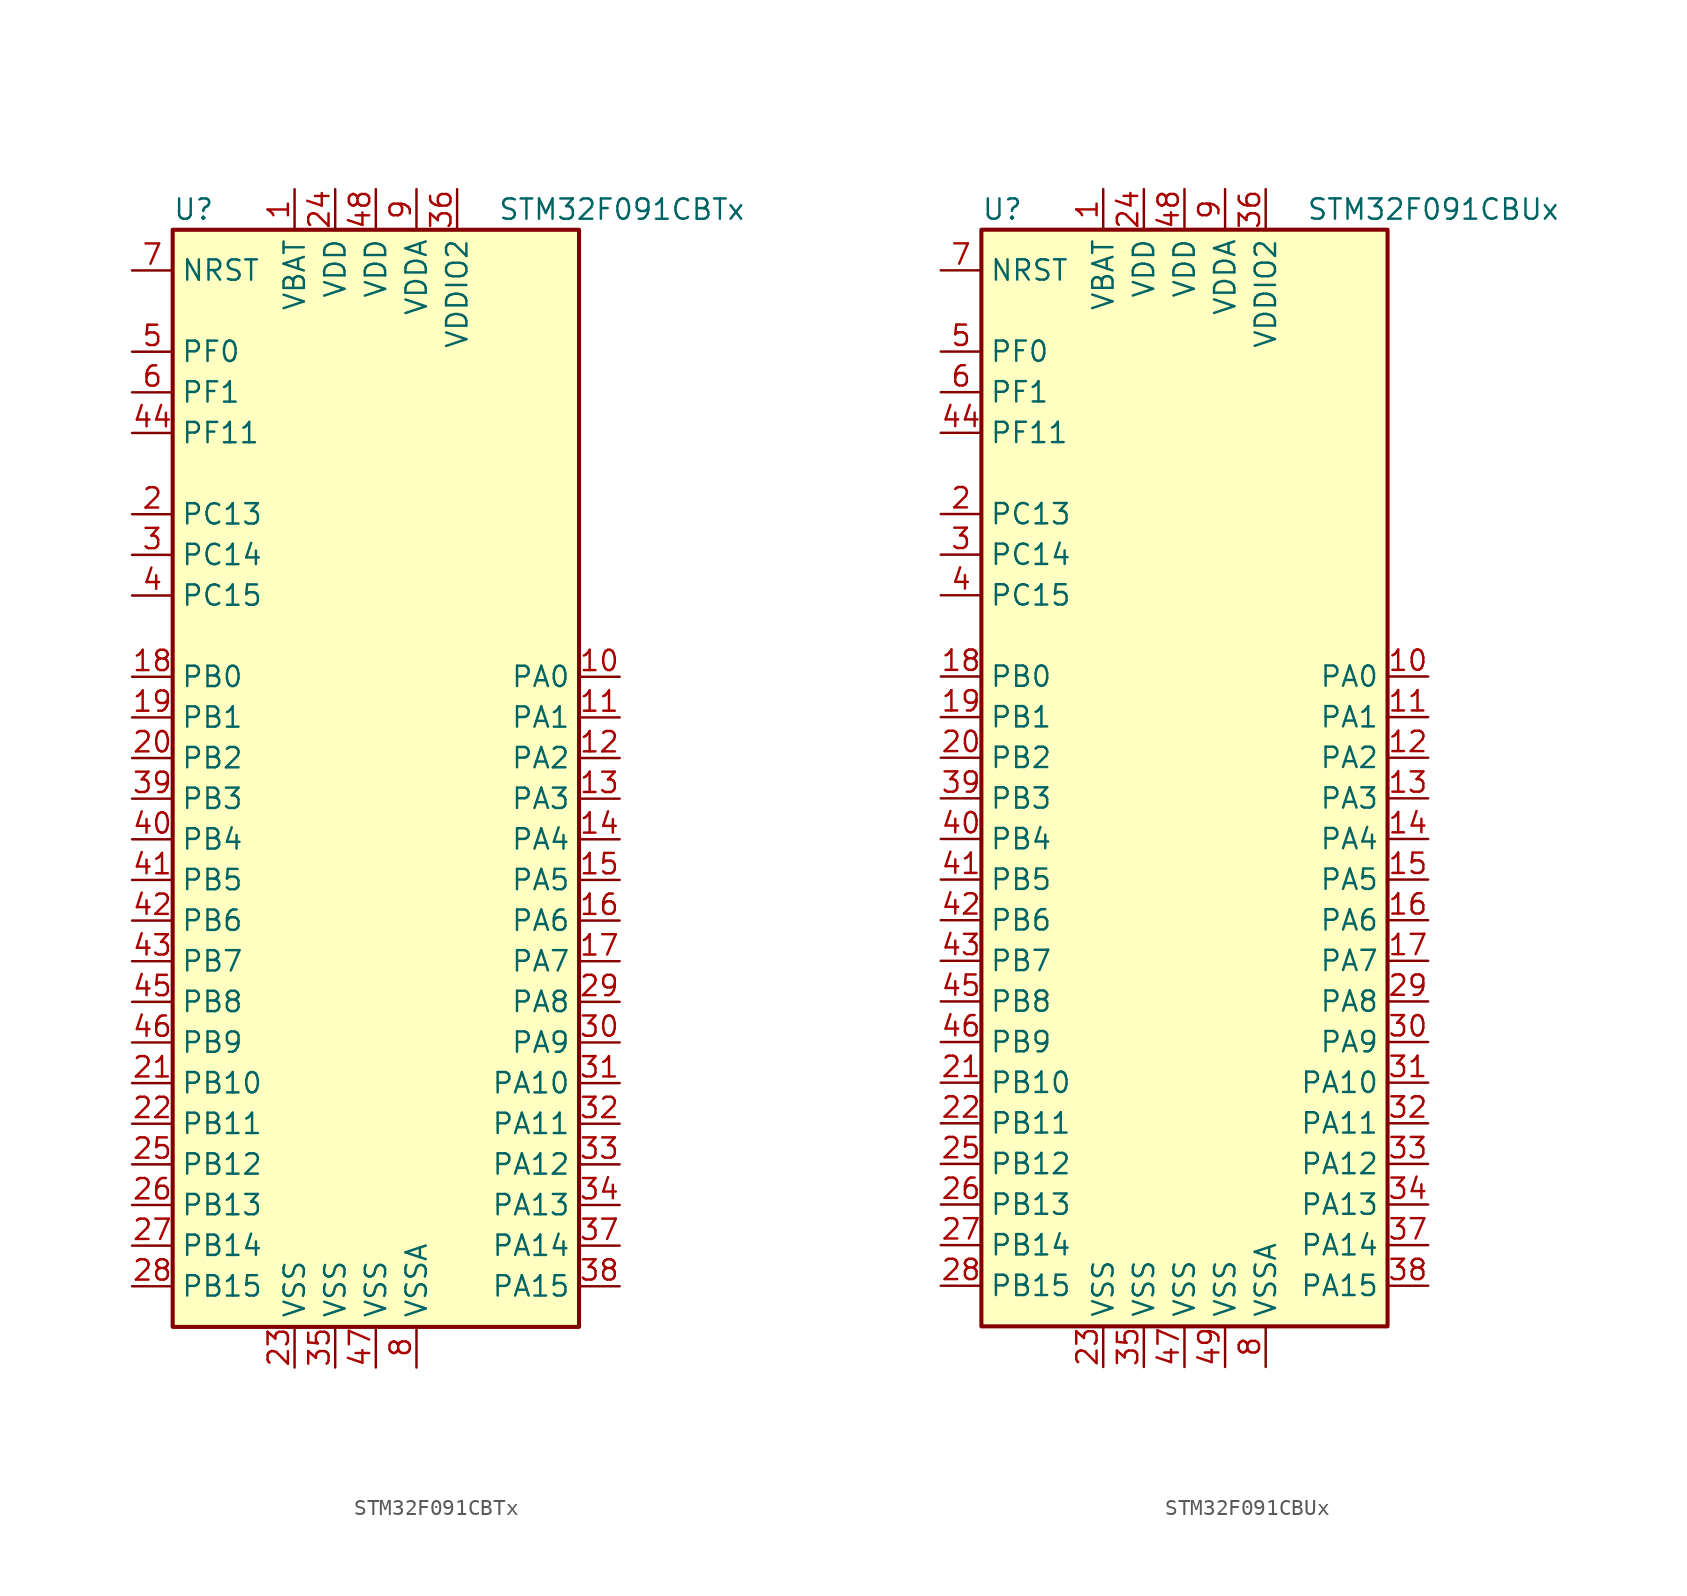
<source format=kicad_sym>
(kicad_symbol_lib
  (version 20201005)
  (generator kicad_symbol_editor)
  (symbol "STM32F091CBTx"
    (property "Reference" "U"
      (at -12.7 34.29 0)
      (effects (font (size 1.27 1.27)) (justify left)))
    (property "Value" "STM32F091CBTx"
      (at 7.62 34.29 0)
      (effects (font (size 1.27 1.27)) (justify left)))
    (symbol "STM32F091CBTx_0_1"
      (rectangle (start -12.7 -35.56) (end 12.7 33.02) (stroke (width 0.254)) (fill (type background))))
    (symbol "STM32F091CBTx_1_1"
      (pin input line (at -15.24 30.48 0) (length 2.54) (name "NRST" (effects (font (size 1.27 1.27)))) (number "7" (effects (font (size 1.27 1.27)))))
      (pin bidirectional line (at 15.24 5.08 180) (length 2.54) (name "PA0" (effects (font (size 1.27 1.27)))) (number "10" (effects (font (size 1.27 1.27)))))
      (pin bidirectional line (at 15.24 2.54 180) (length 2.54) (name "PA1" (effects (font (size 1.27 1.27)))) (number "11" (effects (font (size 1.27 1.27)))))
      (pin bidirectional line (at 15.24 -20.32 180) (length 2.54) (name "PA10" (effects (font (size 1.27 1.27)))) (number "31" (effects (font (size 1.27 1.27)))))
      (pin bidirectional line (at 15.24 -22.86 180) (length 2.54) (name "PA11" (effects (font (size 1.27 1.27)))) (number "32" (effects (font (size 1.27 1.27)))))
      (pin bidirectional line (at 15.24 -25.4 180) (length 2.54) (name "PA12" (effects (font (size 1.27 1.27)))) (number "33" (effects (font (size 1.27 1.27)))))
      (pin bidirectional line (at 15.24 -27.94 180) (length 2.54) (name "PA13" (effects (font (size 1.27 1.27)))) (number "34" (effects (font (size 1.27 1.27)))))
      (pin bidirectional line (at 15.24 -30.48 180) (length 2.54) (name "PA14" (effects (font (size 1.27 1.27)))) (number "37" (effects (font (size 1.27 1.27)))))
      (pin bidirectional line (at 15.24 -33.02 180) (length 2.54) (name "PA15" (effects (font (size 1.27 1.27)))) (number "38" (effects (font (size 1.27 1.27)))))
      (pin bidirectional line (at 15.24 0 180) (length 2.54) (name "PA2" (effects (font (size 1.27 1.27)))) (number "12" (effects (font (size 1.27 1.27)))))
      (pin bidirectional line (at 15.24 -2.54 180) (length 2.54) (name "PA3" (effects (font (size 1.27 1.27)))) (number "13" (effects (font (size 1.27 1.27)))))
      (pin bidirectional line (at 15.24 -5.08 180) (length 2.54) (name "PA4" (effects (font (size 1.27 1.27)))) (number "14" (effects (font (size 1.27 1.27)))))
      (pin bidirectional line (at 15.24 -7.62 180) (length 2.54) (name "PA5" (effects (font (size 1.27 1.27)))) (number "15" (effects (font (size 1.27 1.27)))))
      (pin bidirectional line (at 15.24 -10.16 180) (length 2.54) (name "PA6" (effects (font (size 1.27 1.27)))) (number "16" (effects (font (size 1.27 1.27)))))
      (pin bidirectional line (at 15.24 -12.7 180) (length 2.54) (name "PA7" (effects (font (size 1.27 1.27)))) (number "17" (effects (font (size 1.27 1.27)))))
      (pin bidirectional line (at 15.24 -15.24 180) (length 2.54) (name "PA8" (effects (font (size 1.27 1.27)))) (number "29" (effects (font (size 1.27 1.27)))))
      (pin bidirectional line (at 15.24 -17.78 180) (length 2.54) (name "PA9" (effects (font (size 1.27 1.27)))) (number "30" (effects (font (size 1.27 1.27)))))
      (pin bidirectional line (at -15.24 5.08 0) (length 2.54) (name "PB0" (effects (font (size 1.27 1.27)))) (number "18" (effects (font (size 1.27 1.27)))))
      (pin bidirectional line (at -15.24 2.54 0) (length 2.54) (name "PB1" (effects (font (size 1.27 1.27)))) (number "19" (effects (font (size 1.27 1.27)))))
      (pin bidirectional line (at -15.24 -20.32 0) (length 2.54) (name "PB10" (effects (font (size 1.27 1.27)))) (number "21" (effects (font (size 1.27 1.27)))))
      (pin bidirectional line (at -15.24 -22.86 0) (length 2.54) (name "PB11" (effects (font (size 1.27 1.27)))) (number "22" (effects (font (size 1.27 1.27)))))
      (pin bidirectional line (at -15.24 -25.4 0) (length 2.54) (name "PB12" (effects (font (size 1.27 1.27)))) (number "25" (effects (font (size 1.27 1.27)))))
      (pin bidirectional line (at -15.24 -27.94 0) (length 2.54) (name "PB13" (effects (font (size 1.27 1.27)))) (number "26" (effects (font (size 1.27 1.27)))))
      (pin bidirectional line (at -15.24 -30.48 0) (length 2.54) (name "PB14" (effects (font (size 1.27 1.27)))) (number "27" (effects (font (size 1.27 1.27)))))
      (pin bidirectional line (at -15.24 -33.02 0) (length 2.54) (name "PB15" (effects (font (size 1.27 1.27)))) (number "28" (effects (font (size 1.27 1.27)))))
      (pin bidirectional line (at -15.24 0 0) (length 2.54) (name "PB2" (effects (font (size 1.27 1.27)))) (number "20" (effects (font (size 1.27 1.27)))))
      (pin bidirectional line (at -15.24 -2.54 0) (length 2.54) (name "PB3" (effects (font (size 1.27 1.27)))) (number "39" (effects (font (size 1.27 1.27)))))
      (pin bidirectional line (at -15.24 -5.08 0) (length 2.54) (name "PB4" (effects (font (size 1.27 1.27)))) (number "40" (effects (font (size 1.27 1.27)))))
      (pin bidirectional line (at -15.24 -7.62 0) (length 2.54) (name "PB5" (effects (font (size 1.27 1.27)))) (number "41" (effects (font (size 1.27 1.27)))))
      (pin bidirectional line (at -15.24 -10.16 0) (length 2.54) (name "PB6" (effects (font (size 1.27 1.27)))) (number "42" (effects (font (size 1.27 1.27)))))
      (pin bidirectional line (at -15.24 -12.7 0) (length 2.54) (name "PB7" (effects (font (size 1.27 1.27)))) (number "43" (effects (font (size 1.27 1.27)))))
      (pin bidirectional line (at -15.24 -15.24 0) (length 2.54) (name "PB8" (effects (font (size 1.27 1.27)))) (number "45" (effects (font (size 1.27 1.27)))))
      (pin bidirectional line (at -15.24 -17.78 0) (length 2.54) (name "PB9" (effects (font (size 1.27 1.27)))) (number "46" (effects (font (size 1.27 1.27)))))
      (pin bidirectional line (at -15.24 15.24 0) (length 2.54) (name "PC13" (effects (font (size 1.27 1.27)))) (number "2" (effects (font (size 1.27 1.27)))))
      (pin bidirectional line (at -15.24 12.7 0) (length 2.54) (name "PC14" (effects (font (size 1.27 1.27)))) (number "3" (effects (font (size 1.27 1.27)))))
      (pin bidirectional line (at -15.24 10.16 0) (length 2.54) (name "PC15" (effects (font (size 1.27 1.27)))) (number "4" (effects (font (size 1.27 1.27)))))
      (pin input line (at -15.24 25.4 0) (length 2.54) (name "PF0" (effects (font (size 1.27 1.27)))) (number "5" (effects (font (size 1.27 1.27)))))
      (pin input line (at -15.24 22.86 0) (length 2.54) (name "PF1" (effects (font (size 1.27 1.27)))) (number "6" (effects (font (size 1.27 1.27)))))
      (pin bidirectional line (at -15.24 20.32 0) (length 2.54) (name "PF11" (effects (font (size 1.27 1.27)))) (number "44" (effects (font (size 1.27 1.27)))))
      (pin power_in line (at -5.08 35.56 270) (length 2.54) (name "VBAT" (effects (font (size 1.27 1.27)))) (number "1" (effects (font (size 1.27 1.27)))))
      (pin power_in line (at -2.54 35.56 270) (length 2.54) (name "VDD" (effects (font (size 1.27 1.27)))) (number "24" (effects (font (size 1.27 1.27)))))
      (pin power_in line (at 0 35.56 270) (length 2.54) (name "VDD" (effects (font (size 1.27 1.27)))) (number "48" (effects (font (size 1.27 1.27)))))
      (pin power_in line (at 2.54 35.56 270) (length 2.54) (name "VDDA" (effects (font (size 1.27 1.27)))) (number "9" (effects (font (size 1.27 1.27)))))
      (pin power_in line (at 5.08 35.56 270) (length 2.54) (name "VDDIO2" (effects (font (size 1.27 1.27)))) (number "36" (effects (font (size 1.27 1.27)))))
      (pin power_in line (at -5.08 -38.1 90) (length 2.54) (name "VSS" (effects (font (size 1.27 1.27)))) (number "23" (effects (font (size 1.27 1.27)))))
      (pin power_in line (at -2.54 -38.1 90) (length 2.54) (name "VSS" (effects (font (size 1.27 1.27)))) (number "35" (effects (font (size 1.27 1.27)))))
      (pin power_in line (at 0 -38.1 90) (length 2.54) (name "VSS" (effects (font (size 1.27 1.27)))) (number "47" (effects (font (size 1.27 1.27)))))
      (pin power_in line (at 2.54 -38.1 90) (length 2.54) (name "VSSA" (effects (font (size 1.27 1.27)))) (number "8" (effects (font (size 1.27 1.27)))))))
  (symbol "STM32F091CBUx"
    (property "Reference" "U"
      (at -12.7 34.29 0)
      (effects (font (size 1.27 1.27)) (justify left)))
    (property "Value" "STM32F091CBUx"
      (at 7.62 34.29 0)
      (effects (font (size 1.27 1.27)) (justify left)))
    (symbol "STM32F091CBUx_0_1"
      (rectangle (start -12.7 -35.56) (end 12.7 33.02) (stroke (width 0.254)) (fill (type background))))
    (symbol "STM32F091CBUx_1_1"
      (pin input line (at -15.24 30.48 0) (length 2.54) (name "NRST" (effects (font (size 1.27 1.27)))) (number "7" (effects (font (size 1.27 1.27)))))
      (pin bidirectional line (at 15.24 5.08 180) (length 2.54) (name "PA0" (effects (font (size 1.27 1.27)))) (number "10" (effects (font (size 1.27 1.27)))))
      (pin bidirectional line (at 15.24 2.54 180) (length 2.54) (name "PA1" (effects (font (size 1.27 1.27)))) (number "11" (effects (font (size 1.27 1.27)))))
      (pin bidirectional line (at 15.24 -20.32 180) (length 2.54) (name "PA10" (effects (font (size 1.27 1.27)))) (number "31" (effects (font (size 1.27 1.27)))))
      (pin bidirectional line (at 15.24 -22.86 180) (length 2.54) (name "PA11" (effects (font (size 1.27 1.27)))) (number "32" (effects (font (size 1.27 1.27)))))
      (pin bidirectional line (at 15.24 -25.4 180) (length 2.54) (name "PA12" (effects (font (size 1.27 1.27)))) (number "33" (effects (font (size 1.27 1.27)))))
      (pin bidirectional line (at 15.24 -27.94 180) (length 2.54) (name "PA13" (effects (font (size 1.27 1.27)))) (number "34" (effects (font (size 1.27 1.27)))))
      (pin bidirectional line (at 15.24 -30.48 180) (length 2.54) (name "PA14" (effects (font (size 1.27 1.27)))) (number "37" (effects (font (size 1.27 1.27)))))
      (pin bidirectional line (at 15.24 -33.02 180) (length 2.54) (name "PA15" (effects (font (size 1.27 1.27)))) (number "38" (effects (font (size 1.27 1.27)))))
      (pin bidirectional line (at 15.24 0 180) (length 2.54) (name "PA2" (effects (font (size 1.27 1.27)))) (number "12" (effects (font (size 1.27 1.27)))))
      (pin bidirectional line (at 15.24 -2.54 180) (length 2.54) (name "PA3" (effects (font (size 1.27 1.27)))) (number "13" (effects (font (size 1.27 1.27)))))
      (pin bidirectional line (at 15.24 -5.08 180) (length 2.54) (name "PA4" (effects (font (size 1.27 1.27)))) (number "14" (effects (font (size 1.27 1.27)))))
      (pin bidirectional line (at 15.24 -7.62 180) (length 2.54) (name "PA5" (effects (font (size 1.27 1.27)))) (number "15" (effects (font (size 1.27 1.27)))))
      (pin bidirectional line (at 15.24 -10.16 180) (length 2.54) (name "PA6" (effects (font (size 1.27 1.27)))) (number "16" (effects (font (size 1.27 1.27)))))
      (pin bidirectional line (at 15.24 -12.7 180) (length 2.54) (name "PA7" (effects (font (size 1.27 1.27)))) (number "17" (effects (font (size 1.27 1.27)))))
      (pin bidirectional line (at 15.24 -15.24 180) (length 2.54) (name "PA8" (effects (font (size 1.27 1.27)))) (number "29" (effects (font (size 1.27 1.27)))))
      (pin bidirectional line (at 15.24 -17.78 180) (length 2.54) (name "PA9" (effects (font (size 1.27 1.27)))) (number "30" (effects (font (size 1.27 1.27)))))
      (pin bidirectional line (at -15.24 5.08 0) (length 2.54) (name "PB0" (effects (font (size 1.27 1.27)))) (number "18" (effects (font (size 1.27 1.27)))))
      (pin bidirectional line (at -15.24 2.54 0) (length 2.54) (name "PB1" (effects (font (size 1.27 1.27)))) (number "19" (effects (font (size 1.27 1.27)))))
      (pin bidirectional line (at -15.24 -20.32 0) (length 2.54) (name "PB10" (effects (font (size 1.27 1.27)))) (number "21" (effects (font (size 1.27 1.27)))))
      (pin bidirectional line (at -15.24 -22.86 0) (length 2.54) (name "PB11" (effects (font (size 1.27 1.27)))) (number "22" (effects (font (size 1.27 1.27)))))
      (pin bidirectional line (at -15.24 -25.4 0) (length 2.54) (name "PB12" (effects (font (size 1.27 1.27)))) (number "25" (effects (font (size 1.27 1.27)))))
      (pin bidirectional line (at -15.24 -27.94 0) (length 2.54) (name "PB13" (effects (font (size 1.27 1.27)))) (number "26" (effects (font (size 1.27 1.27)))))
      (pin bidirectional line (at -15.24 -30.48 0) (length 2.54) (name "PB14" (effects (font (size 1.27 1.27)))) (number "27" (effects (font (size 1.27 1.27)))))
      (pin bidirectional line (at -15.24 -33.02 0) (length 2.54) (name "PB15" (effects (font (size 1.27 1.27)))) (number "28" (effects (font (size 1.27 1.27)))))
      (pin bidirectional line (at -15.24 0 0) (length 2.54) (name "PB2" (effects (font (size 1.27 1.27)))) (number "20" (effects (font (size 1.27 1.27)))))
      (pin bidirectional line (at -15.24 -2.54 0) (length 2.54) (name "PB3" (effects (font (size 1.27 1.27)))) (number "39" (effects (font (size 1.27 1.27)))))
      (pin bidirectional line (at -15.24 -5.08 0) (length 2.54) (name "PB4" (effects (font (size 1.27 1.27)))) (number "40" (effects (font (size 1.27 1.27)))))
      (pin bidirectional line (at -15.24 -7.62 0) (length 2.54) (name "PB5" (effects (font (size 1.27 1.27)))) (number "41" (effects (font (size 1.27 1.27)))))
      (pin bidirectional line (at -15.24 -10.16 0) (length 2.54) (name "PB6" (effects (font (size 1.27 1.27)))) (number "42" (effects (font (size 1.27 1.27)))))
      (pin bidirectional line (at -15.24 -12.7 0) (length 2.54) (name "PB7" (effects (font (size 1.27 1.27)))) (number "43" (effects (font (size 1.27 1.27)))))
      (pin bidirectional line (at -15.24 -15.24 0) (length 2.54) (name "PB8" (effects (font (size 1.27 1.27)))) (number "45" (effects (font (size 1.27 1.27)))))
      (pin bidirectional line (at -15.24 -17.78 0) (length 2.54) (name "PB9" (effects (font (size 1.27 1.27)))) (number "46" (effects (font (size 1.27 1.27)))))
      (pin bidirectional line (at -15.24 15.24 0) (length 2.54) (name "PC13" (effects (font (size 1.27 1.27)))) (number "2" (effects (font (size 1.27 1.27)))))
      (pin bidirectional line (at -15.24 12.7 0) (length 2.54) (name "PC14" (effects (font (size 1.27 1.27)))) (number "3" (effects (font (size 1.27 1.27)))))
      (pin bidirectional line (at -15.24 10.16 0) (length 2.54) (name "PC15" (effects (font (size 1.27 1.27)))) (number "4" (effects (font (size 1.27 1.27)))))
      (pin input line (at -15.24 25.4 0) (length 2.54) (name "PF0" (effects (font (size 1.27 1.27)))) (number "5" (effects (font (size 1.27 1.27)))))
      (pin input line (at -15.24 22.86 0) (length 2.54) (name "PF1" (effects (font (size 1.27 1.27)))) (number "6" (effects (font (size 1.27 1.27)))))
      (pin bidirectional line (at -15.24 20.32 0) (length 2.54) (name "PF11" (effects (font (size 1.27 1.27)))) (number "44" (effects (font (size 1.27 1.27)))))
      (pin power_in line (at -5.08 35.56 270) (length 2.54) (name "VBAT" (effects (font (size 1.27 1.27)))) (number "1" (effects (font (size 1.27 1.27)))))
      (pin power_in line (at -2.54 35.56 270) (length 2.54) (name "VDD" (effects (font (size 1.27 1.27)))) (number "24" (effects (font (size 1.27 1.27)))))
      (pin power_in line (at 0 35.56 270) (length 2.54) (name "VDD" (effects (font (size 1.27 1.27)))) (number "48" (effects (font (size 1.27 1.27)))))
      (pin power_in line (at 2.54 35.56 270) (length 2.54) (name "VDDA" (effects (font (size 1.27 1.27)))) (number "9" (effects (font (size 1.27 1.27)))))
      (pin power_in line (at 5.08 35.56 270) (length 2.54) (name "VDDIO2" (effects (font (size 1.27 1.27)))) (number "36" (effects (font (size 1.27 1.27)))))
      (pin power_in line (at -5.08 -38.1 90) (length 2.54) (name "VSS" (effects (font (size 1.27 1.27)))) (number "23" (effects (font (size 1.27 1.27)))))
      (pin power_in line (at -2.54 -38.1 90) (length 2.54) (name "VSS" (effects (font (size 1.27 1.27)))) (number "35" (effects (font (size 1.27 1.27)))))
      (pin power_in line (at 0 -38.1 90) (length 2.54) (name "VSS" (effects (font (size 1.27 1.27)))) (number "47" (effects (font (size 1.27 1.27)))))
      (pin power_in line (at 2.54 -38.1 90) (length 2.54) (name "VSS" (effects (font (size 1.27 1.27)))) (number "49" (effects (font (size 1.27 1.27)))))
      (pin power_in line (at 5.08 -38.1 90) (length 2.54) (name "VSSA" (effects (font (size 1.27 1.27)))) (number "8" (effects (font (size 1.27 1.27))))))))
</source>
